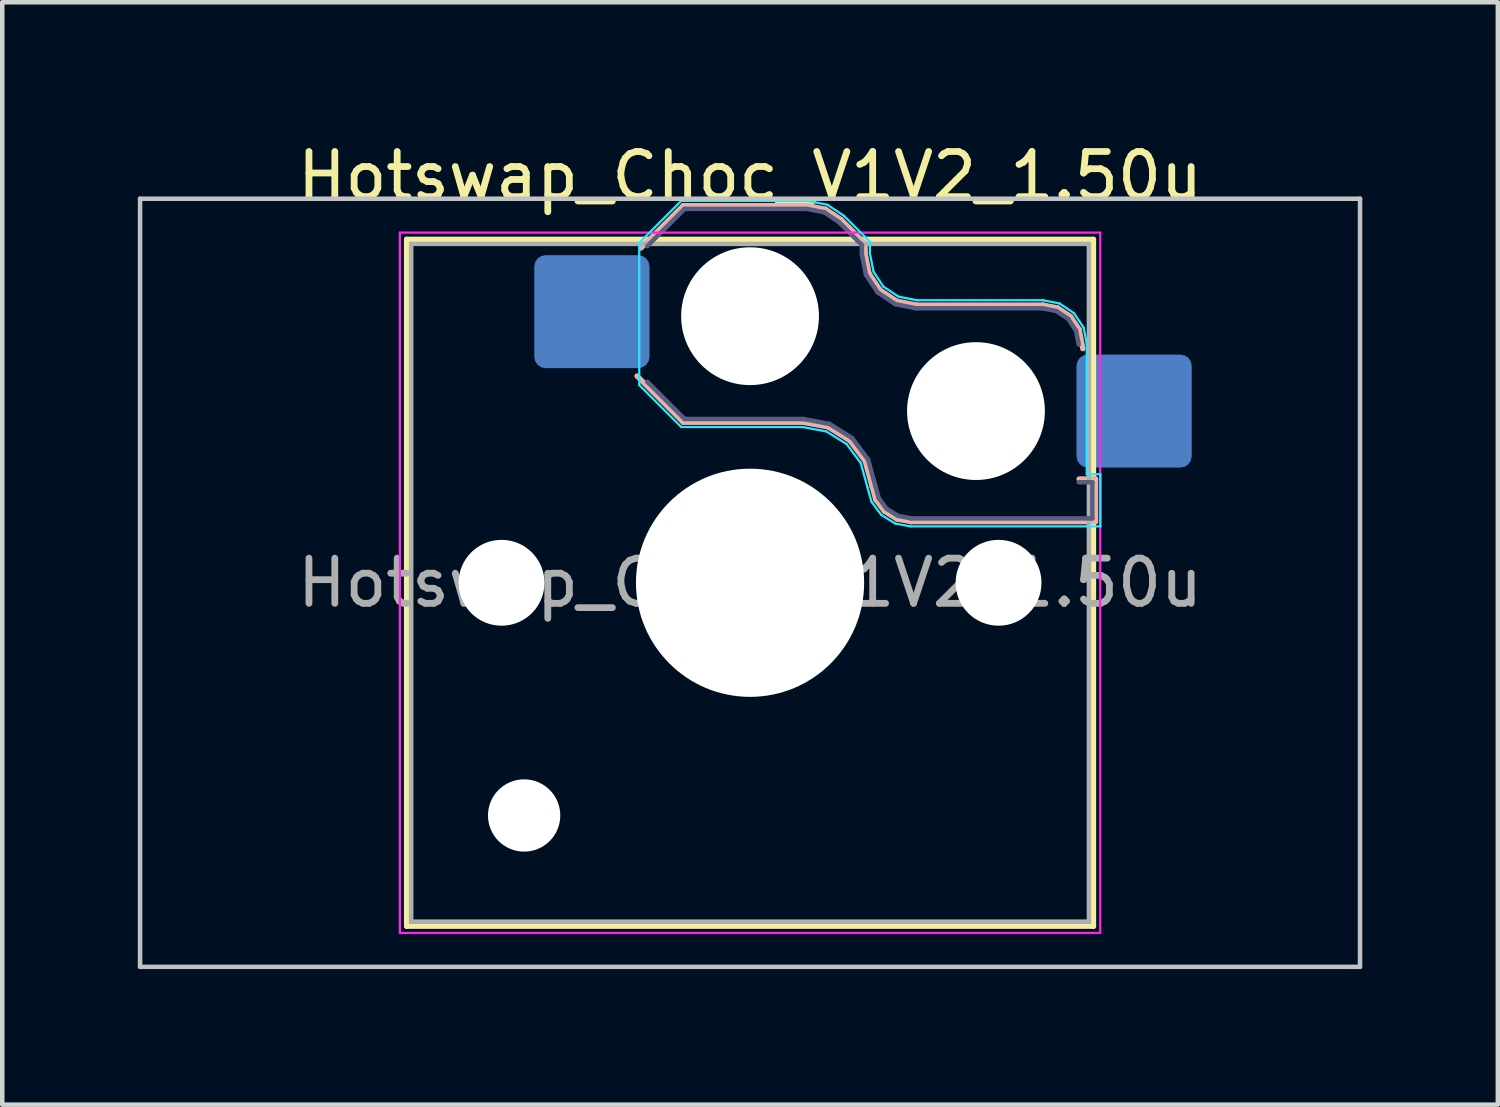
<source format=kicad_pcb>
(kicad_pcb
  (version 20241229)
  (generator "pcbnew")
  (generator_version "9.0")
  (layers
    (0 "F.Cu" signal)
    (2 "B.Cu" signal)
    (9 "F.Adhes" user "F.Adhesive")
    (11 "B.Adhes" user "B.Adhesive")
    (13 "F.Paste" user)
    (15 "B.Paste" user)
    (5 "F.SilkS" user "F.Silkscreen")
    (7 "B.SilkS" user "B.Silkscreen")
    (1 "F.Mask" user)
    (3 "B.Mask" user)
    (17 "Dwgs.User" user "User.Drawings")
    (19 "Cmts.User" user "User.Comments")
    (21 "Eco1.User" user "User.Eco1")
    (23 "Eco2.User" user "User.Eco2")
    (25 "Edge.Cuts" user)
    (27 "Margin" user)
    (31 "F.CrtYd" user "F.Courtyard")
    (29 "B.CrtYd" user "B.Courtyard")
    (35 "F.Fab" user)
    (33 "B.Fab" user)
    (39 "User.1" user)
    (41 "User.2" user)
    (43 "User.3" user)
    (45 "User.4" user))
  (footprint "Hotswap_Choc_V1V2_1.50u"
    (layer "F.Cu")
    (at 13.55 9.848)
    (property "Reference" "Hotswap_Choc_V1V2_1.50u" (at 0 -9 0) (layer "F.SilkS") (effects (font (size 1 1) (thickness 0.15))))
    (attr smd)
    (fp_line (start -7.6 -7.6) (end -7.6 7.6) (stroke (width 0.12) (type solid)) (layer "F.SilkS"))
    (fp_line (start -7.6 7.6) (end 7.6 7.6) (stroke (width 0.12) (type solid)) (layer "F.SilkS"))
    (fp_line (start 7.6 -7.6) (end -7.6 -7.6) (stroke (width 0.12) (type solid)) (layer "F.SilkS"))
    (fp_line (start 7.6 7.6) (end 7.6 -7.6) (stroke (width 0.12) (type solid)) (layer "F.SilkS"))
    (fp_line (start -2.416 -7.409) (end -1.479 -8.346) (stroke (width 0.12) (type solid)) (layer "B.SilkS"))
    (fp_line (start -1.479 -8.346) (end 1.268 -8.346) (stroke (width 0.12) (type solid)) (layer "B.SilkS"))
    (fp_line (start -1.479 -3.554) (end -2.5 -4.575) (stroke (width 0.12) (type solid)) (layer "B.SilkS"))
    (fp_line (start 1.168 -3.554) (end -1.479 -3.554) (stroke (width 0.12) (type solid)) (layer "B.SilkS"))
    (fp_line (start 1.268 -8.346) (end 1.671 -8.266) (stroke (width 0.12) (type solid)) (layer "B.SilkS"))
    (fp_line (start 1.671 -8.266) (end 2.013 -8.037) (stroke (width 0.12) (type solid)) (layer "B.SilkS"))
    (fp_line (start 1.73 -3.449) (end 1.168 -3.554) (stroke (width 0.12) (type solid)) (layer "B.SilkS"))
    (fp_line (start 2.013 -8.037) (end 2.546 -7.504) (stroke (width 0.12) (type solid)) (layer "B.SilkS"))
    (fp_line (start 2.209 -3.15) (end 1.73 -3.449) (stroke (width 0.12) (type solid)) (layer "B.SilkS"))
    (fp_line (start 2.546 -7.504) (end 2.546 -7.282) (stroke (width 0.12) (type solid)) (layer "B.SilkS"))
    (fp_line (start 2.546 -7.282) (end 2.633 -6.844) (stroke (width 0.12) (type solid)) (layer "B.SilkS"))
    (fp_line (start 2.547 -2.697) (end 2.209 -3.15) (stroke (width 0.12) (type solid)) (layer "B.SilkS"))
    (fp_line (start 2.633 -6.844) (end 2.877 -6.477) (stroke (width 0.12) (type solid)) (layer "B.SilkS"))
    (fp_line (start 2.701 -2.139) (end 2.547 -2.697) (stroke (width 0.12) (type solid)) (layer "B.SilkS"))
    (fp_line (start 2.783 -1.841) (end 2.701 -2.139) (stroke (width 0.12) (type solid)) (layer "B.SilkS"))
    (fp_line (start 2.877 -6.477) (end 3.244 -6.233) (stroke (width 0.12) (type solid)) (layer "B.SilkS"))
    (fp_line (start 2.976 -1.583) (end 2.783 -1.841) (stroke (width 0.12) (type solid)) (layer "B.SilkS"))
    (fp_line (start 3.244 -6.233) (end 3.682 -6.146) (stroke (width 0.12) (type solid)) (layer "B.SilkS"))
    (fp_line (start 3.25 -1.413) (end 2.976 -1.583) (stroke (width 0.12) (type solid)) (layer "B.SilkS"))
    (fp_line (start 3.56 -1.354) (end 3.25 -1.413) (stroke (width 0.12) (type solid)) (layer "B.SilkS"))
    (fp_line (start 3.682 -6.146) (end 6.482 -6.146) (stroke (width 0.12) (type solid)) (layer "B.SilkS"))
    (fp_line (start 6.482 -6.146) (end 6.809 -6.081) (stroke (width 0.12) (type solid)) (layer "B.SilkS"))
    (fp_line (start 6.809 -6.081) (end 7.092 -5.892) (stroke (width 0.12) (type solid)) (layer "B.SilkS"))
    (fp_line (start 7.092 -5.892) (end 7.281 -5.609) (stroke (width 0.12) (type solid)) (layer "B.SilkS"))
    (fp_line (start 7.281 -5.609) (end 7.366 -5.182) (stroke (width 0.12) (type solid)) (layer "B.SilkS"))
    (fp_line (start 7.283 -2.296) (end 7.646 -2.296) (stroke (width 0.12) (type solid)) (layer "B.SilkS"))
    (fp_line (start 7.646 -2.296) (end 7.646 -1.354) (stroke (width 0.12) (type solid)) (layer "B.SilkS"))
    (fp_line (start 7.646 -1.354) (end 3.56 -1.354) (stroke (width 0.12) (type solid)) (layer "B.SilkS"))
    (fp_line (start -13.5 -8.5) (end -13.5 8.5) (stroke (width 0.1) (type solid)) (layer "Dwgs.User"))
    (fp_line (start -13.5 8.5) (end 13.5 8.5) (stroke (width 0.1) (type solid)) (layer "Dwgs.User"))
    (fp_line (start 13.5 -8.5) (end -13.5 -8.5) (stroke (width 0.1) (type solid)) (layer "Dwgs.User"))
    (fp_line (start 13.5 8.5) (end 13.5 -8.5) (stroke (width 0.1) (type solid)) (layer "Dwgs.User"))
    (fp_line (start -7.25 -7.25) (end -7.25 7.25) (stroke (width 0.1) (type solid)) (layer "Eco1.User"))
    (fp_line (start -7.25 7.25) (end 7.25 7.25) (stroke (width 0.1) (type solid)) (layer "Eco1.User"))
    (fp_line (start 7.25 -7.25) (end -7.25 -7.25) (stroke (width 0.1) (type solid)) (layer "Eco1.User"))
    (fp_line (start 7.25 7.25) (end 7.25 -7.25) (stroke (width 0.1) (type solid)) (layer "Eco1.User"))
    (fp_line (start -2.452 -7.523) (end -1.523 -8.452) (stroke (width 0.05) (type solid)) (layer "B.CrtYd"))
    (fp_line (start -2.452 -4.377) (end -2.452 -7.523) (stroke (width 0.05) (type solid)) (layer "B.CrtYd"))
    (fp_line (start -1.523 -8.452) (end 1.278 -8.452) (stroke (width 0.05) (type solid)) (layer "B.CrtYd"))
    (fp_line (start -1.523 -3.448) (end -2.452 -4.377) (stroke (width 0.05) (type solid)) (layer "B.CrtYd"))
    (fp_line (start 1.159 -3.448) (end -1.523 -3.448) (stroke (width 0.05) (type solid)) (layer "B.CrtYd"))
    (fp_line (start 1.278 -8.452) (end 1.712 -8.366) (stroke (width 0.05) (type solid)) (layer "B.CrtYd"))
    (fp_line (start 1.691 -3.348) (end 1.159 -3.448) (stroke (width 0.05) (type solid)) (layer "B.CrtYd"))
    (fp_line (start 1.712 -8.366) (end 2.081 -8.119) (stroke (width 0.05) (type solid)) (layer "B.CrtYd"))
    (fp_line (start 2.081 -8.119) (end 2.652 -7.548) (stroke (width 0.05) (type solid)) (layer "B.CrtYd"))
    (fp_line (start 2.136 -3.071) (end 1.691 -3.348) (stroke (width 0.05) (type solid)) (layer "B.CrtYd"))
    (fp_line (start 2.45 -2.65) (end 2.136 -3.071) (stroke (width 0.05) (type solid)) (layer "B.CrtYd"))
    (fp_line (start 2.599 -2.111) (end 2.45 -2.65) (stroke (width 0.05) (type solid)) (layer "B.CrtYd"))
    (fp_line (start 2.652 -7.548) (end 2.652 -7.292) (stroke (width 0.05) (type solid)) (layer "B.CrtYd"))
    (fp_line (start 2.652 -7.292) (end 2.733 -6.885) (stroke (width 0.05) (type solid)) (layer "B.CrtYd"))
    (fp_line (start 2.687 -1.794) (end 2.599 -2.111) (stroke (width 0.05) (type solid)) (layer "B.CrtYd"))
    (fp_line (start 2.733 -6.885) (end 2.953 -6.553) (stroke (width 0.05) (type solid)) (layer "B.CrtYd"))
    (fp_line (start 2.903 -1.503) (end 2.687 -1.794) (stroke (width 0.05) (type solid)) (layer "B.CrtYd"))
    (fp_line (start 2.953 -6.553) (end 3.285 -6.333) (stroke (width 0.05) (type solid)) (layer "B.CrtYd"))
    (fp_line (start 3.211 -1.312) (end 2.903 -1.503) (stroke (width 0.05) (type solid)) (layer "B.CrtYd"))
    (fp_line (start 3.285 -6.333) (end 3.692 -6.252) (stroke (width 0.05) (type solid)) (layer "B.CrtYd"))
    (fp_line (start 3.55 -1.248) (end 3.211 -1.312) (stroke (width 0.05) (type solid)) (layer "B.CrtYd"))
    (fp_line (start 3.692 -6.252) (end 6.492 -6.252) (stroke (width 0.05) (type solid)) (layer "B.CrtYd"))
    (fp_line (start 6.492 -6.252) (end 6.85 -6.181) (stroke (width 0.05) (type solid)) (layer "B.CrtYd"))
    (fp_line (start 6.85 -6.181) (end 7.168 -5.968) (stroke (width 0.05) (type solid)) (layer "B.CrtYd"))
    (fp_line (start 7.168 -5.968) (end 7.381 -5.65) (stroke (width 0.05) (type solid)) (layer "B.CrtYd"))
    (fp_line (start 7.381 -5.65) (end 7.452 -5.292) (stroke (width 0.05) (type solid)) (layer "B.CrtYd"))
    (fp_line (start 7.452 -5.292) (end 7.452 -2.402) (stroke (width 0.05) (type solid)) (layer "B.CrtYd"))
    (fp_line (start 7.452 -2.402) (end 7.752 -2.402) (stroke (width 0.05) (type solid)) (layer "B.CrtYd"))
    (fp_line (start 7.752 -2.402) (end 7.752 -1.248) (stroke (width 0.05) (type solid)) (layer "B.CrtYd"))
    (fp_line (start 7.752 -1.248) (end 3.55 -1.248) (stroke (width 0.05) (type solid)) (layer "B.CrtYd"))
    (fp_line (start -7.75 -7.75) (end -7.75 7.75) (stroke (width 0.05) (type solid)) (layer "F.CrtYd"))
    (fp_line (start -7.75 7.75) (end 7.75 7.75) (stroke (width 0.05) (type solid)) (layer "F.CrtYd"))
    (fp_line (start 7.75 -7.75) (end -7.75 -7.75) (stroke (width 0.05) (type solid)) (layer "F.CrtYd"))
    (fp_line (start 7.75 7.75) (end 7.75 -7.75) (stroke (width 0.05) (type solid)) (layer "F.CrtYd"))
    (fp_line (start -2.275 -7.45) (end -1.45 -8.275) (stroke (width 0.1) (type solid)) (layer "B.Fab"))
    (fp_line (start -1.45 -8.275) (end 1.261 -8.275) (stroke (width 0.1) (type solid)) (layer "B.Fab"))
    (fp_line (start -1.45 -3.625) (end -2.275 -4.45) (stroke (width 0.1) (type solid)) (layer "B.Fab"))
    (fp_line (start 1.175 -3.625) (end -1.45 -3.625) (stroke (width 0.1) (type solid)) (layer "B.Fab"))
    (fp_line (start 1.261 -8.275) (end 1.643 -8.199) (stroke (width 0.1) (type solid)) (layer "B.Fab"))
    (fp_line (start 1.643 -8.199) (end 1.968 -7.982) (stroke (width 0.1) (type solid)) (layer "B.Fab"))
    (fp_line (start 1.756 -3.516) (end 1.175 -3.625) (stroke (width 0.1) (type solid)) (layer "B.Fab"))
    (fp_line (start 1.968 -7.982) (end 2.475 -7.475) (stroke (width 0.1) (type solid)) (layer "B.Fab"))
    (fp_line (start 2.258 -3.203) (end 1.756 -3.516) (stroke (width 0.1) (type solid)) (layer "B.Fab"))
    (fp_line (start 2.475 -7.475) (end 2.475 -7.275) (stroke (width 0.1) (type solid)) (layer "B.Fab"))
    (fp_line (start 2.475 -7.275) (end 2.566 -6.816) (stroke (width 0.1) (type solid)) (layer "B.Fab"))
    (fp_line (start 2.566 -6.816) (end 2.826 -6.426) (stroke (width 0.1) (type solid)) (layer "B.Fab"))
    (fp_line (start 2.612 -2.729) (end 2.258 -3.203) (stroke (width 0.1) (type solid)) (layer "B.Fab"))
    (fp_line (start 2.769 -2.158) (end 2.612 -2.729) (stroke (width 0.1) (type solid)) (layer "B.Fab"))
    (fp_line (start 2.826 -6.426) (end 3.216 -6.166) (stroke (width 0.1) (type solid)) (layer "B.Fab"))
    (fp_line (start 2.848 -1.873) (end 2.769 -2.158) (stroke (width 0.1) (type solid)) (layer "B.Fab"))
    (fp_line (start 3.025 -1.636) (end 2.848 -1.873) (stroke (width 0.1) (type solid)) (layer "B.Fab"))
    (fp_line (start 3.216 -6.166) (end 3.675 -6.075) (stroke (width 0.1) (type solid)) (layer "B.Fab"))
    (fp_line (start 3.276 -1.48) (end 3.025 -1.636) (stroke (width 0.1) (type solid)) (layer "B.Fab"))
    (fp_line (start 3.567 -1.425) (end 3.276 -1.48) (stroke (width 0.1) (type solid)) (layer "B.Fab"))
    (fp_line (start 3.675 -6.075) (end 6.475 -6.075) (stroke (width 0.1) (type solid)) (layer "B.Fab"))
    (fp_line (start 6.475 -6.075) (end 6.781 -6.014) (stroke (width 0.1) (type solid)) (layer "B.Fab"))
    (fp_line (start 6.781 -6.014) (end 7.041 -5.841) (stroke (width 0.1) (type solid)) (layer "B.Fab"))
    (fp_line (start 7.041 -5.841) (end 7.214 -5.581) (stroke (width 0.1) (type solid)) (layer "B.Fab"))
    (fp_line (start 7.214 -5.581) (end 7.275 -5.275) (stroke (width 0.1) (type solid)) (layer "B.Fab"))
    (fp_line (start 7.275 -2.225) (end 7.575 -2.225) (stroke (width 0.1) (type solid)) (layer "B.Fab"))
    (fp_line (start 7.575 -2.225) (end 7.575 -1.425) (stroke (width 0.1) (type solid)) (layer "B.Fab"))
    (fp_line (start 7.575 -1.425) (end 3.567 -1.425) (stroke (width 0.1) (type solid)) (layer "B.Fab"))
    (fp_line (start -7.5 -7.5) (end -7.5 7.5) (stroke (width 0.1) (type solid)) (layer "F.Fab"))
    (fp_line (start -7.5 7.5) (end 7.5 7.5) (stroke (width 0.1) (type solid)) (layer "F.Fab"))
    (fp_line (start 7.5 -7.5) (end -7.5 -7.5) (stroke (width 0.1) (type solid)) (layer "F.Fab"))
    (fp_line (start 7.5 7.5) (end 7.5 -7.5) (stroke (width 0.1) (type solid)) (layer "F.Fab"))
    (fp_text user "${REFERENCE}" (at 0 0 0) (layer "F.Fab") (effects (font (size 1 1) (thickness 0.15))))
    (pad "" np_thru_hole circle (at -5.5 0) (size 1.9 1.9) (drill 1.9) (layers "*.Cu" "*.Mask"))
    (pad "" np_thru_hole circle (at -5 5.15) (size 1.6 1.6) (drill 1.6) (layers "*.Cu" "*.Mask"))
    (pad "" np_thru_hole circle (at 0 -5.9) (size 3.05 3.05) (drill 3.05) (layers "*.Cu" "*.Mask"))
    (pad "" np_thru_hole circle (at 0 0) (size 5.05 5.05) (drill 5.05) (layers "*.Cu" "*.Mask"))
    (pad "" np_thru_hole circle (at 5 -3.8) (size 3.05 3.05) (drill 3.05) (layers "*.Cu" "*.Mask"))
    (pad "" np_thru_hole circle (at 5.5 0) (size 1.9 1.9) (drill 1.9) (layers "*.Cu" "*.Mask"))
    (pad "1" smd roundrect (at -3.5 -6) (size 2.55 2.5) (layers "B.Cu" "B.Mask" "B.Paste") (roundrect_rratio 0.1))
    (pad "2" smd roundrect (at 8.5 -3.8) (size 2.55 2.5) (layers "B.Cu" "B.Mask" "B.Paste") (roundrect_rratio 0.1)))
  (gr_rect
    (start -3 -3)
    (end 30.1 21.398)
    (stroke (width 0.1) (type default))
    (fill no)
    (layer "Edge.Cuts")))
</source>
